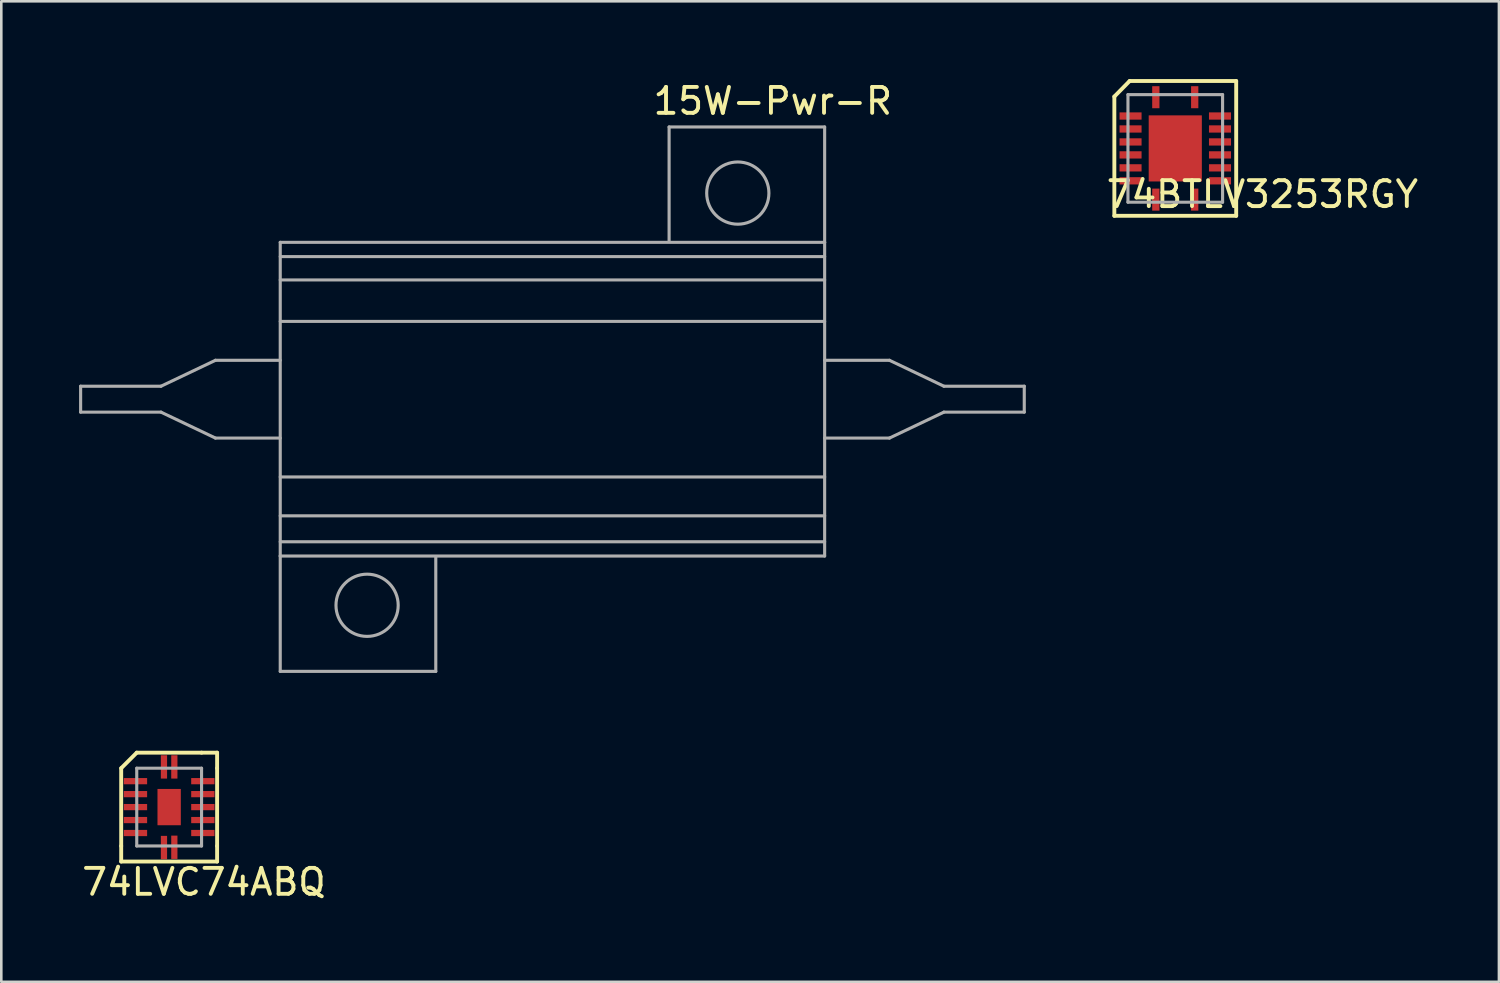
<source format=kicad_pcb>
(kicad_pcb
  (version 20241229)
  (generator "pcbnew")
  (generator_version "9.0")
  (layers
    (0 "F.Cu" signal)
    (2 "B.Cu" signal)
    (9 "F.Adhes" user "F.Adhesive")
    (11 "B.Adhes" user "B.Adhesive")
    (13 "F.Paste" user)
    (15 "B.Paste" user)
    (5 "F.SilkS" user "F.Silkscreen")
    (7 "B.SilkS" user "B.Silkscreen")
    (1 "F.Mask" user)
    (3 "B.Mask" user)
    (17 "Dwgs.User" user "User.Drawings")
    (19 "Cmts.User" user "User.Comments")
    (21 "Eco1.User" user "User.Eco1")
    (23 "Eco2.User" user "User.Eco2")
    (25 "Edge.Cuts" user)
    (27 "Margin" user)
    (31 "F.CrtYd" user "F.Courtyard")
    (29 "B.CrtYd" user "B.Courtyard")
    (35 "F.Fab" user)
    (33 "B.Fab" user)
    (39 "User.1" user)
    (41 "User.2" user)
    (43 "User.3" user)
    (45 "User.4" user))
  (footprint "15W-Pwr-R"
    (layer "F.Cu")
    (at 18.26 12.348)
    (property "Reference" "15W-Pwr-R" (at 8.5 -11.5 0) (layer "F.SilkS") (effects (font (size 1 1) (thickness 0.15))))
    (attr through_hole)
    (fp_line (start -18.2 0.5) (end -18.2 -0.5) (stroke (width 0.12) (type solid)) (layer "F.Fab"))
    (fp_line (start -15.1 -0.5) (end -18.2 -0.5) (stroke (width 0.12) (type solid)) (layer "F.Fab"))
    (fp_line (start -15.1 0.5) (end -18.2 0.5) (stroke (width 0.12) (type solid)) (layer "F.Fab"))
    (fp_line (start -13 -1.5) (end -15.1 -0.5) (stroke (width 0.12) (type solid)) (layer "F.Fab"))
    (fp_line (start -13 1.5) (end -15.1 0.5) (stroke (width 0.12) (type solid)) (layer "F.Fab"))
    (fp_line (start -10.5 -6.05) (end 10.5 -6.05) (stroke (width 0.12) (type solid)) (layer "F.Fab"))
    (fp_line (start -10.5 -1.5) (end -13 -1.5) (stroke (width 0.12) (type solid)) (layer "F.Fab"))
    (fp_line (start -10.5 1.5) (end -13 1.5) (stroke (width 0.12) (type solid)) (layer "F.Fab"))
    (fp_line (start -10.5 6.05) (end -10.5 -6.05) (stroke (width 0.12) (type solid)) (layer "F.Fab"))
    (fp_line (start -10.5 6.05) (end -10.5 10.5) (stroke (width 0.12) (type solid)) (layer "F.Fab"))
    (fp_line (start -10.5 6.05) (end 10.5 6.05) (stroke (width 0.12) (type solid)) (layer "F.Fab"))
    (fp_line (start -10.5 10.5) (end -4.5 10.5) (stroke (width 0.12) (type solid)) (layer "F.Fab"))
    (fp_line (start -4.5 10.5) (end -4.5 6.1) (stroke (width 0.12) (type solid)) (layer "F.Fab"))
    (fp_line (start 4.5 -10.5) (end 10.5 -10.5) (stroke (width 0.12) (type solid)) (layer "F.Fab"))
    (fp_line (start 4.5 -6.1) (end 4.5 -10.5) (stroke (width 0.12) (type solid)) (layer "F.Fab"))
    (fp_line (start 10.5 -6.05) (end 10.5 -10.5) (stroke (width 0.12) (type solid)) (layer "F.Fab"))
    (fp_line (start 10.5 -6.05) (end 10.5 6.05) (stroke (width 0.12) (type solid)) (layer "F.Fab"))
    (fp_line (start 10.5 -5.5) (end -10.5 -5.5) (stroke (width 0.12) (type solid)) (layer "F.Fab"))
    (fp_line (start 10.5 -4.6) (end -10.5 -4.6) (stroke (width 0.12) (type solid)) (layer "F.Fab"))
    (fp_line (start 10.5 -3) (end -10.5 -3) (stroke (width 0.12) (type solid)) (layer "F.Fab"))
    (fp_line (start 10.5 -1.5) (end 13 -1.5) (stroke (width 0.12) (type solid)) (layer "F.Fab"))
    (fp_line (start 10.5 1.5) (end 13 1.5) (stroke (width 0.12) (type solid)) (layer "F.Fab"))
    (fp_line (start 10.5 3) (end -10.5 3) (stroke (width 0.12) (type solid)) (layer "F.Fab"))
    (fp_line (start 10.5 4.5) (end -10.5 4.5) (stroke (width 0.12) (type solid)) (layer "F.Fab"))
    (fp_line (start 10.5 5.5) (end -10.5 5.5) (stroke (width 0.12) (type solid)) (layer "F.Fab"))
    (fp_line (start 13 -1.5) (end 15.1 -0.5) (stroke (width 0.12) (type solid)) (layer "F.Fab"))
    (fp_line (start 13 1.5) (end 15.1 0.5) (stroke (width 0.12) (type solid)) (layer "F.Fab"))
    (fp_line (start 15.1 -0.5) (end 18.2 -0.5) (stroke (width 0.12) (type solid)) (layer "F.Fab"))
    (fp_line (start 15.1 0.5) (end 18.2 0.5) (stroke (width 0.12) (type solid)) (layer "F.Fab"))
    (fp_line (start 18.2 -0.5) (end 18.2 0.5) (stroke (width 0.12) (type solid)) (layer "F.Fab"))
    (fp_circle (center -7.15 7.95) (end -5.95 7.95) (stroke (width 0.12) (type solid)) (fill no) (layer "F.Fab"))
    (fp_circle (center 7.15 -7.95) (end 8.35 -7.95) (stroke (width 0.12) (type solid)) (fill no) (layer "F.Fab")))
  (footprint "74LVC74ABQ"
    (layer "F.Cu")
    (at 3.495 28.073)
    (property "Reference" "74LVC74ABQ" (at 1.32 2.9 0) (layer "F.SilkS") (effects (font (size 1 1) (thickness 0.15))))
    (attr through_hole)
    (fp_line (start -1.87 -1.49) (end -1.87 1.51) (stroke (width 0.15) (type solid)) (layer "F.SilkS"))
    (fp_line (start -1.87 -1.49) (end -1.27 -2.09) (stroke (width 0.15) (type solid)) (layer "F.SilkS"))
    (fp_line (start -1.87 2.11) (end -1.87 1.51) (stroke (width 0.15) (type solid)) (layer "F.SilkS"))
    (fp_line (start 1.23 -2.09) (end -1.27 -2.09) (stroke (width 0.15) (type solid)) (layer "F.SilkS"))
    (fp_line (start 1.23 -2.09) (end 1.83 -2.09) (stroke (width 0.15) (type solid)) (layer "F.SilkS"))
    (fp_line (start 1.83 -2.09) (end 1.83 -1.49) (stroke (width 0.15) (type solid)) (layer "F.SilkS"))
    (fp_line (start 1.83 1.51) (end 1.83 -1.49) (stroke (width 0.15) (type solid)) (layer "F.SilkS"))
    (fp_line (start 1.83 1.51) (end 1.83 2.11) (stroke (width 0.15) (type solid)) (layer "F.SilkS"))
    (fp_line (start 1.83 2.11) (end -1.87 2.11) (stroke (width 0.15) (type solid)) (layer "F.SilkS"))
    (fp_line (start -1.27 -1.49) (end -1.27 1.51) (stroke (width 0.12) (type solid)) (layer "F.Fab"))
    (fp_line (start -1.27 -1.49) (end 1.23 -1.49) (stroke (width 0.12) (type solid)) (layer "F.Fab"))
    (fp_line (start -1.27 1.51) (end 1.23 1.51) (stroke (width 0.12) (type solid)) (layer "F.Fab"))
    (fp_line (start 1.23 -1.49) (end 1.23 1.51) (stroke (width 0.12) (type solid)) (layer "F.Fab"))
    (pad "" smd rect (at -0.02 0.01 90) (size 1.4 0.9) (layers "F.Cu" "F.Mask" "F.Paste"))
    (pad "1" smd rect (at -0.22 -1.54 90) (size 0.9 0.24) (layers "F.Cu" "F.Mask" "F.Paste"))
    (pad "2" smd rect (at -1.32 -0.99) (size 0.9 0.24) (layers "F.Cu" "F.Mask" "F.Paste"))
    (pad "3" smd rect (at -1.32 -0.49) (size 0.9 0.24) (layers "F.Cu" "F.Mask" "F.Paste"))
    (pad "4" smd rect (at -1.32 0.01) (size 0.9 0.24) (layers "F.Cu" "F.Mask" "F.Paste"))
    (pad "5" smd rect (at -1.32 0.51) (size 0.9 0.24) (layers "F.Cu" "F.Mask" "F.Paste"))
    (pad "6" smd rect (at -1.32 1.01) (size 0.9 0.24) (layers "F.Cu" "F.Mask" "F.Paste"))
    (pad "7" smd rect (at -0.22 1.57 90) (size 0.9 0.24) (layers "F.Cu" "F.Mask" "F.Paste"))
    (pad "8" smd rect (at 0.18 1.56 90) (size 0.9 0.24) (layers "F.Cu" "F.Mask" "F.Paste"))
    (pad "9" smd rect (at 1.28 1.01) (size 0.9 0.24) (layers "F.Cu" "F.Mask" "F.Paste"))
    (pad "10" smd rect (at 1.28 0.51) (size 0.9 0.24) (layers "F.Cu" "F.Mask" "F.Paste"))
    (pad "11" smd rect (at 1.28 0.01) (size 0.9 0.24) (layers "F.Cu" "F.Mask" "F.Paste"))
    (pad "12" smd rect (at 1.28 -0.49) (size 0.9 0.24) (layers "F.Cu" "F.Mask" "F.Paste"))
    (pad "13" smd rect (at 1.28 -0.99) (size 0.9 0.24) (layers "F.Cu" "F.Mask" "F.Paste"))
    (pad "14" smd rect (at 0.18 -1.54 90) (size 0.9 0.24) (layers "F.Cu" "F.Mask" "F.Paste")))
  (footprint "74BTLV3253RGY"
    (layer "F.Cu")
    (at 42.235 2.605)
    (property "Reference" "74BTLV3253RGY" (at 3.41 1.84 0) (layer "F.SilkS") (effects (font (size 1 1) (thickness 0.15))))
    (attr smd)
    (fp_line (start -2.3 -1.93) (end -2.3 2.67) (stroke (width 0.15) (type solid)) (layer "F.SilkS"))
    (fp_line (start -2.3 -1.93) (end -1.71 -2.53) (stroke (width 0.15) (type solid)) (layer "F.SilkS"))
    (fp_line (start 2.4 -2.53) (end -1.71 -2.53) (stroke (width 0.15) (type solid)) (layer "F.SilkS"))
    (fp_line (start 2.4 2.67) (end -2.3 2.67) (stroke (width 0.15) (type solid)) (layer "F.SilkS"))
    (fp_line (start 2.4 2.67) (end 2.4 -2.53) (stroke (width 0.15) (type solid)) (layer "F.SilkS"))
    (fp_line (start -1.775 -2.005) (end -1.775 2.145) (stroke (width 0.12) (type solid)) (layer "F.Fab"))
    (fp_line (start -1.775 -2.005) (end 1.875 -2.005) (stroke (width 0.12) (type solid)) (layer "F.Fab"))
    (fp_line (start -1.775 2.145) (end 1.875 2.145) (stroke (width 0.12) (type solid)) (layer "F.Fab"))
    (fp_line (start 1.875 -2.005) (end 1.875 2.145) (stroke (width 0.12) (type solid)) (layer "F.Fab"))
    (pad "" smd rect (at 0.05 0.07 90) (size 2.55 2.05) (layers "F.Cu" "F.Mask" "F.Paste"))
    (pad "1" smd rect (at -0.7 -1.905 90) (size 0.85 0.28) (layers "F.Cu" "F.Mask" "F.Paste"))
    (pad "2" smd rect (at -1.675 -1.18) (size 0.85 0.28) (layers "F.Cu" "F.Mask" "F.Paste"))
    (pad "3" smd rect (at -1.675 -0.68) (size 0.85 0.28) (layers "F.Cu" "F.Mask" "F.Paste"))
    (pad "4" smd rect (at -1.675 -0.18) (size 0.85 0.28) (layers "F.Cu" "F.Mask" "F.Paste"))
    (pad "5" smd rect (at -1.675 0.32) (size 0.85 0.28) (layers "F.Cu" "F.Mask" "F.Paste"))
    (pad "6" smd rect (at -1.675 0.82) (size 0.85 0.28) (layers "F.Cu" "F.Mask" "F.Paste"))
    (pad "7" smd rect (at -1.675 1.32) (size 0.85 0.28) (layers "F.Cu" "F.Mask" "F.Paste"))
    (pad "8" smd rect (at -0.7 2.045 90) (size 0.85 0.28) (layers "F.Cu" "F.Mask" "F.Paste"))
    (pad "9" smd rect (at 0.8 2.045 90) (size 0.85 0.28) (layers "F.Cu" "F.Mask" "F.Paste"))
    (pad "10" smd rect (at 1.775 1.32) (size 0.85 0.28) (layers "F.Cu" "F.Mask" "F.Paste"))
    (pad "11" smd rect (at 1.775 0.82) (size 0.85 0.28) (layers "F.Cu" "F.Mask" "F.Paste"))
    (pad "12" smd rect (at 1.775 0.32) (size 0.85 0.28) (layers "F.Cu" "F.Mask" "F.Paste"))
    (pad "13" smd rect (at 1.775 -0.18) (size 0.85 0.28) (layers "F.Cu" "F.Mask" "F.Paste"))
    (pad "14" smd rect (at 1.775 -0.68) (size 0.85 0.28) (layers "F.Cu" "F.Mask" "F.Paste"))
    (pad "15" smd rect (at 1.775 -1.18) (size 0.85 0.28) (layers "F.Cu" "F.Mask" "F.Paste"))
    (pad "16" smd rect (at 0.8 -1.905 90) (size 0.85 0.28) (layers "F.Cu" "F.Mask" "F.Paste")))
  (gr_rect
    (start -3 -3)
    (end 54.77 34.822)
    (stroke (width 0.1) (type default))
    (fill no)
    (layer "Edge.Cuts")))
</source>
